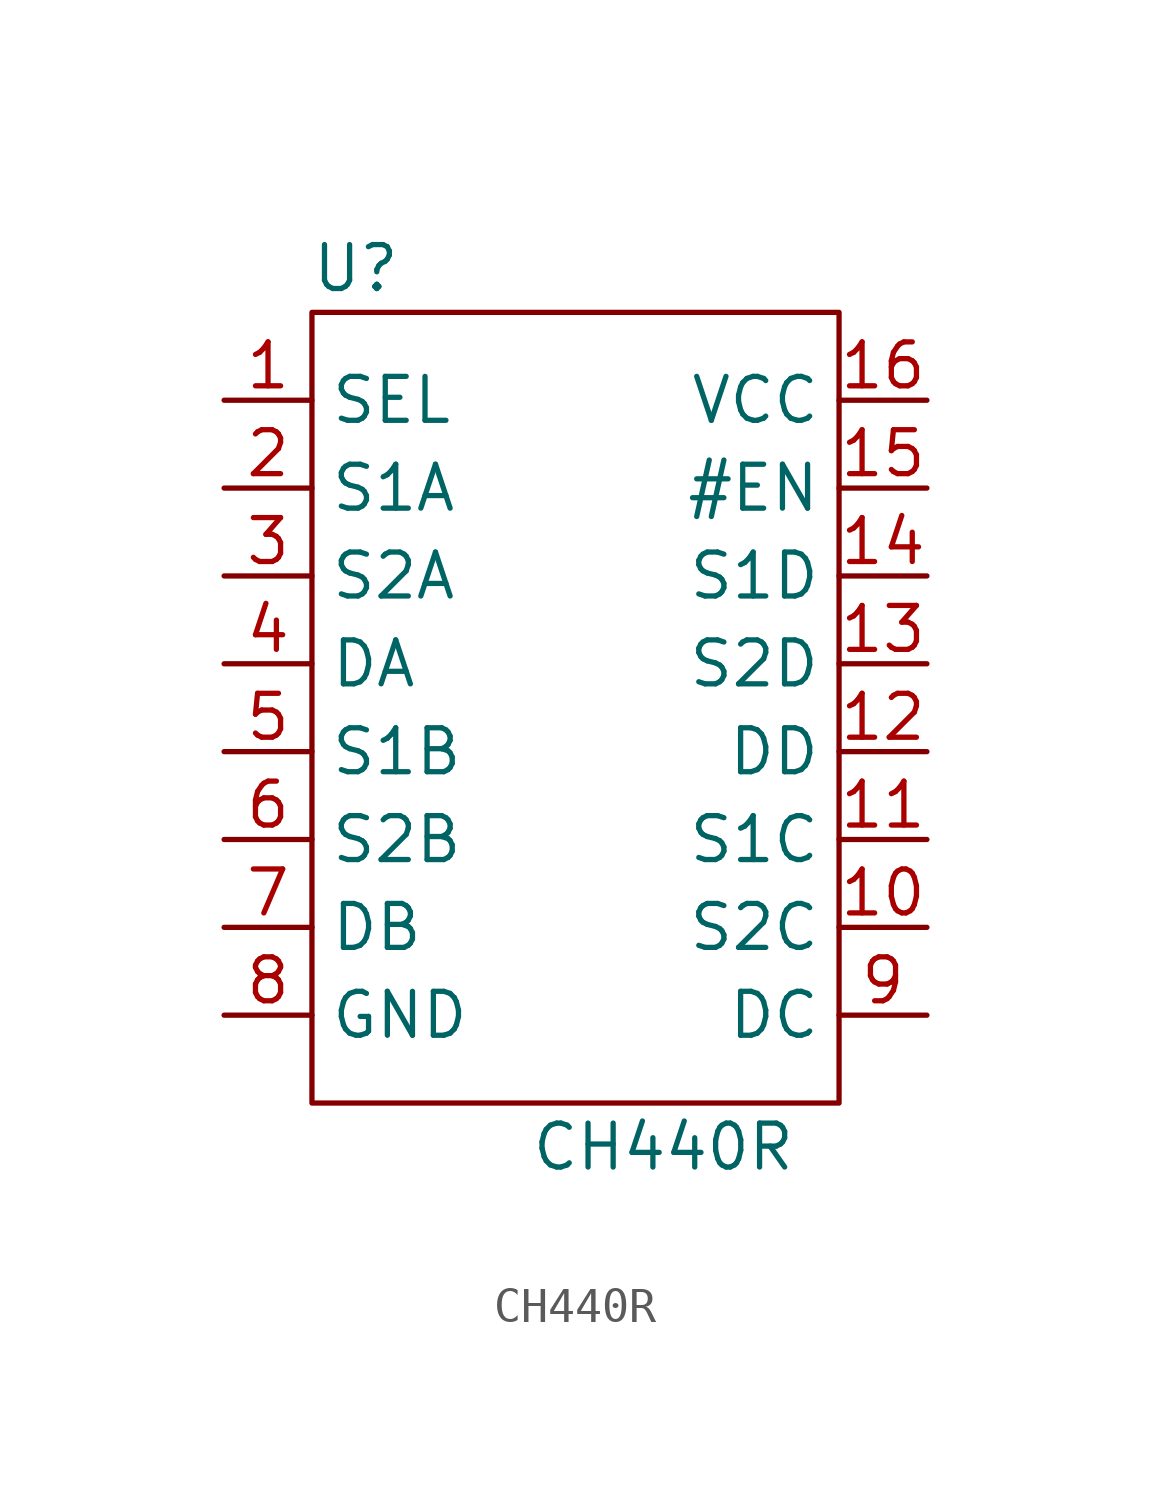
<source format=kicad_sym>
(kicad_symbol_lib
  (version 20211014)
  (generator kicad_symbol_editor)
  (symbol "CH440R"
    (property "Reference" "U"
      (at 1.27 24.13 0)
      (effects (font (size 1.27 1.27))))
    (property "Value" "CH440R"
      (at 10.16 -1.27 0)
      (effects (font (size 1.27 1.27))))
    (symbol "CH440R_0_1"
      (rectangle (start 0 22.86) (end 15.24 0) (stroke (width 0) (type default) (color 0 0 0 0)) (fill (type none))))
    (symbol "CH440R_1_1"
      (pin input line (at -2.54 20.32 0) (length 2.54) (name "SEL" (effects (font (size 1.27 1.27)))) (number "1" (effects (font (size 1.27 1.27)))))
      (pin passive line (at 17.78 5.08 180) (length 2.54) (name "S2C" (effects (font (size 1.27 1.27)))) (number "10" (effects (font (size 1.27 1.27)))))
      (pin passive line (at 17.78 7.62 180) (length 2.54) (name "S1C" (effects (font (size 1.27 1.27)))) (number "11" (effects (font (size 1.27 1.27)))))
      (pin passive line (at 17.78 10.16 180) (length 2.54) (name "DD" (effects (font (size 1.27 1.27)))) (number "12" (effects (font (size 1.27 1.27)))))
      (pin passive line (at 17.78 12.7 180) (length 2.54) (name "S2D" (effects (font (size 1.27 1.27)))) (number "13" (effects (font (size 1.27 1.27)))))
      (pin passive line (at 17.78 15.24 180) (length 2.54) (name "S1D" (effects (font (size 1.27 1.27)))) (number "14" (effects (font (size 1.27 1.27)))))
      (pin passive line (at 17.78 17.78 180) (length 2.54) (name "#EN" (effects (font (size 1.27 1.27)))) (number "15" (effects (font (size 1.27 1.27)))))
      (pin power_in line (at 17.78 20.32 180) (length 2.54) (name "VCC" (effects (font (size 1.27 1.27)))) (number "16" (effects (font (size 1.27 1.27)))))
      (pin passive line (at -2.54 17.78 0) (length 2.54) (name "S1A" (effects (font (size 1.27 1.27)))) (number "2" (effects (font (size 1.27 1.27)))))
      (pin passive line (at -2.54 15.24 0) (length 2.54) (name "S2A" (effects (font (size 1.27 1.27)))) (number "3" (effects (font (size 1.27 1.27)))))
      (pin passive line (at -2.54 12.7 0) (length 2.54) (name "DA" (effects (font (size 1.27 1.27)))) (number "4" (effects (font (size 1.27 1.27)))))
      (pin passive line (at -2.54 10.16 0) (length 2.54) (name "S1B" (effects (font (size 1.27 1.27)))) (number "5" (effects (font (size 1.27 1.27)))))
      (pin passive line (at -2.54 7.62 0) (length 2.54) (name "S2B" (effects (font (size 1.27 1.27)))) (number "6" (effects (font (size 1.27 1.27)))))
      (pin passive line (at -2.54 5.08 0) (length 2.54) (name "DB" (effects (font (size 1.27 1.27)))) (number "7" (effects (font (size 1.27 1.27)))))
      (pin power_in line (at -2.54 2.54 0) (length 2.54) (name "GND" (effects (font (size 1.27 1.27)))) (number "8" (effects (font (size 1.27 1.27)))))
      (pin passive line (at 17.78 2.54 180) (length 2.54) (name "DC" (effects (font (size 1.27 1.27)))) (number "9" (effects (font (size 1.27 1.27))))))))
</source>
